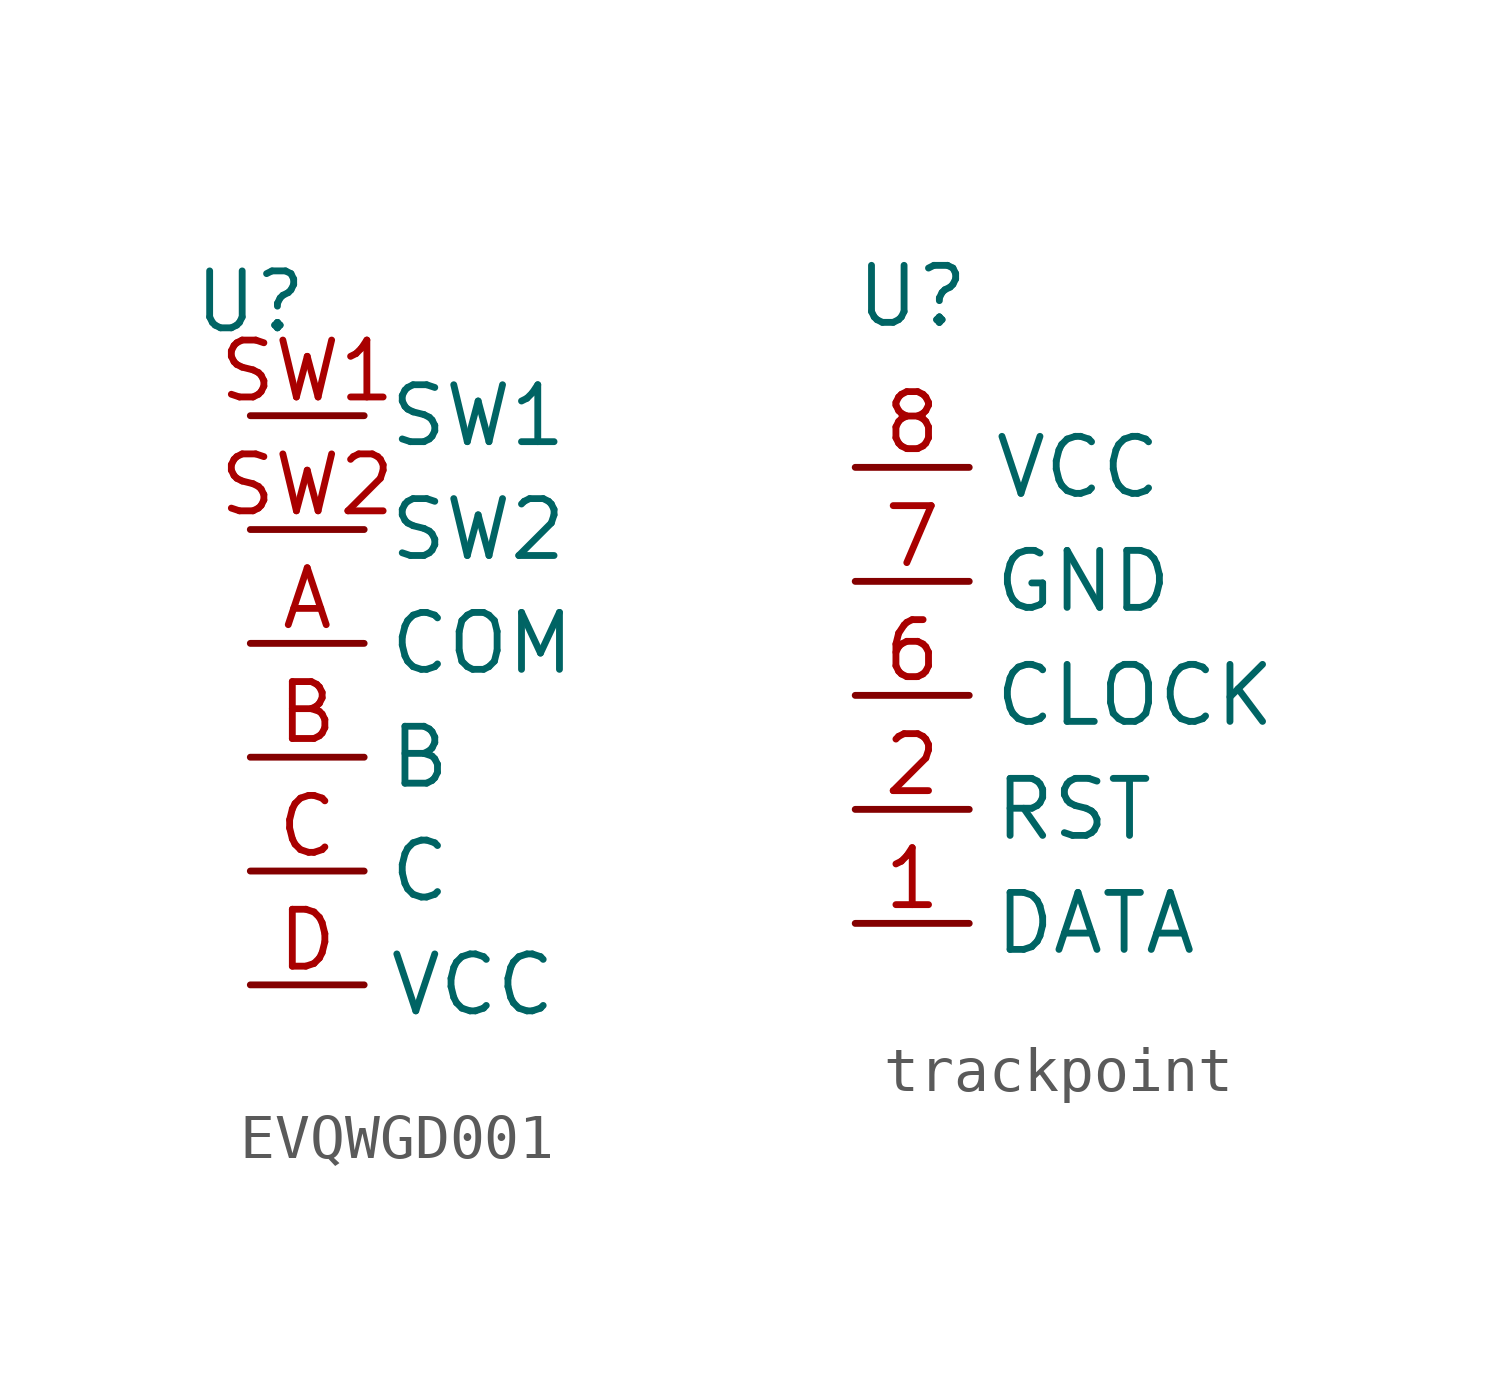
<source format=kicad_sym>
(kicad_symbol_lib
  (version 20231120)
  (generator "kicad_symbol_editor")
  (generator_version "8.0")
  (symbol "EVQWGD001"
    (property "Reference" "U"
      (at 0 0 0)
      (effects (font (size 1.27 1.27))))
    (property "Value" ""
      (at 0 0 0)
      (effects (font (size 1.27 1.27))))
    (symbol "EVQWGD001_1_1"
      (pin input line (at 0 -7.62 0) (length 2.54) (name "COM" (effects (font (size 1.27 1.27)))) (number "A" (effects (font (size 1.27 1.27)))))
      (pin input line (at 0 -10.16 0) (length 2.54) (name "B" (effects (font (size 1.27 1.27)))) (number "B" (effects (font (size 1.27 1.27)))))
      (pin input line (at 0 -12.7 0) (length 2.54) (name "C" (effects (font (size 1.27 1.27)))) (number "C" (effects (font (size 1.27 1.27)))))
      (pin input line (at 0 -15.24 0) (length 2.54) (name "VCC" (effects (font (size 1.27 1.27)))) (number "D" (effects (font (size 1.27 1.27)))))
      (pin input line (at 0 -2.54 0) (length 2.54) (name "SW1" (effects (font (size 1.27 1.27)))) (number "SW1" (effects (font (size 1.27 1.27)))))
      (pin input line (at 0 -5.08 0) (length 2.54) (name "SW2" (effects (font (size 1.27 1.27)))) (number "SW2" (effects (font (size 1.27 1.27)))))))
  (symbol "trackpoint"
    (property "Reference" "U"
      (at 0 0 0)
      (effects (font (size 1.27 1.27))))
    (property "Value" ""
      (at 0 0 0)
      (effects (font (size 1.27 1.27))))
    (symbol "trackpoint_1_1"
      (pin input line (at -1.27 -13.97 0) (length 2.54) (name "DATA" (effects (font (size 1.27 1.27)))) (number "1" (effects (font (size 1.27 1.27)))))
      (pin input line (at -1.27 -11.43 0) (length 2.54) (name "RST" (effects (font (size 1.27 1.27)))) (number "2" (effects (font (size 1.27 1.27)))))
      (pin input line (at -1.27 -8.89 0) (length 2.54) (name "CLOCK" (effects (font (size 1.27 1.27)))) (number "6" (effects (font (size 1.27 1.27)))))
      (pin input line (at -1.27 -6.35 0) (length 2.54) (name "GND" (effects (font (size 1.27 1.27)))) (number "7" (effects (font (size 1.27 1.27)))))
      (pin input line (at -1.27 -3.81 0) (length 2.54) (name "VCC" (effects (font (size 1.27 1.27)))) (number "8" (effects (font (size 1.27 1.27))))))))
</source>
